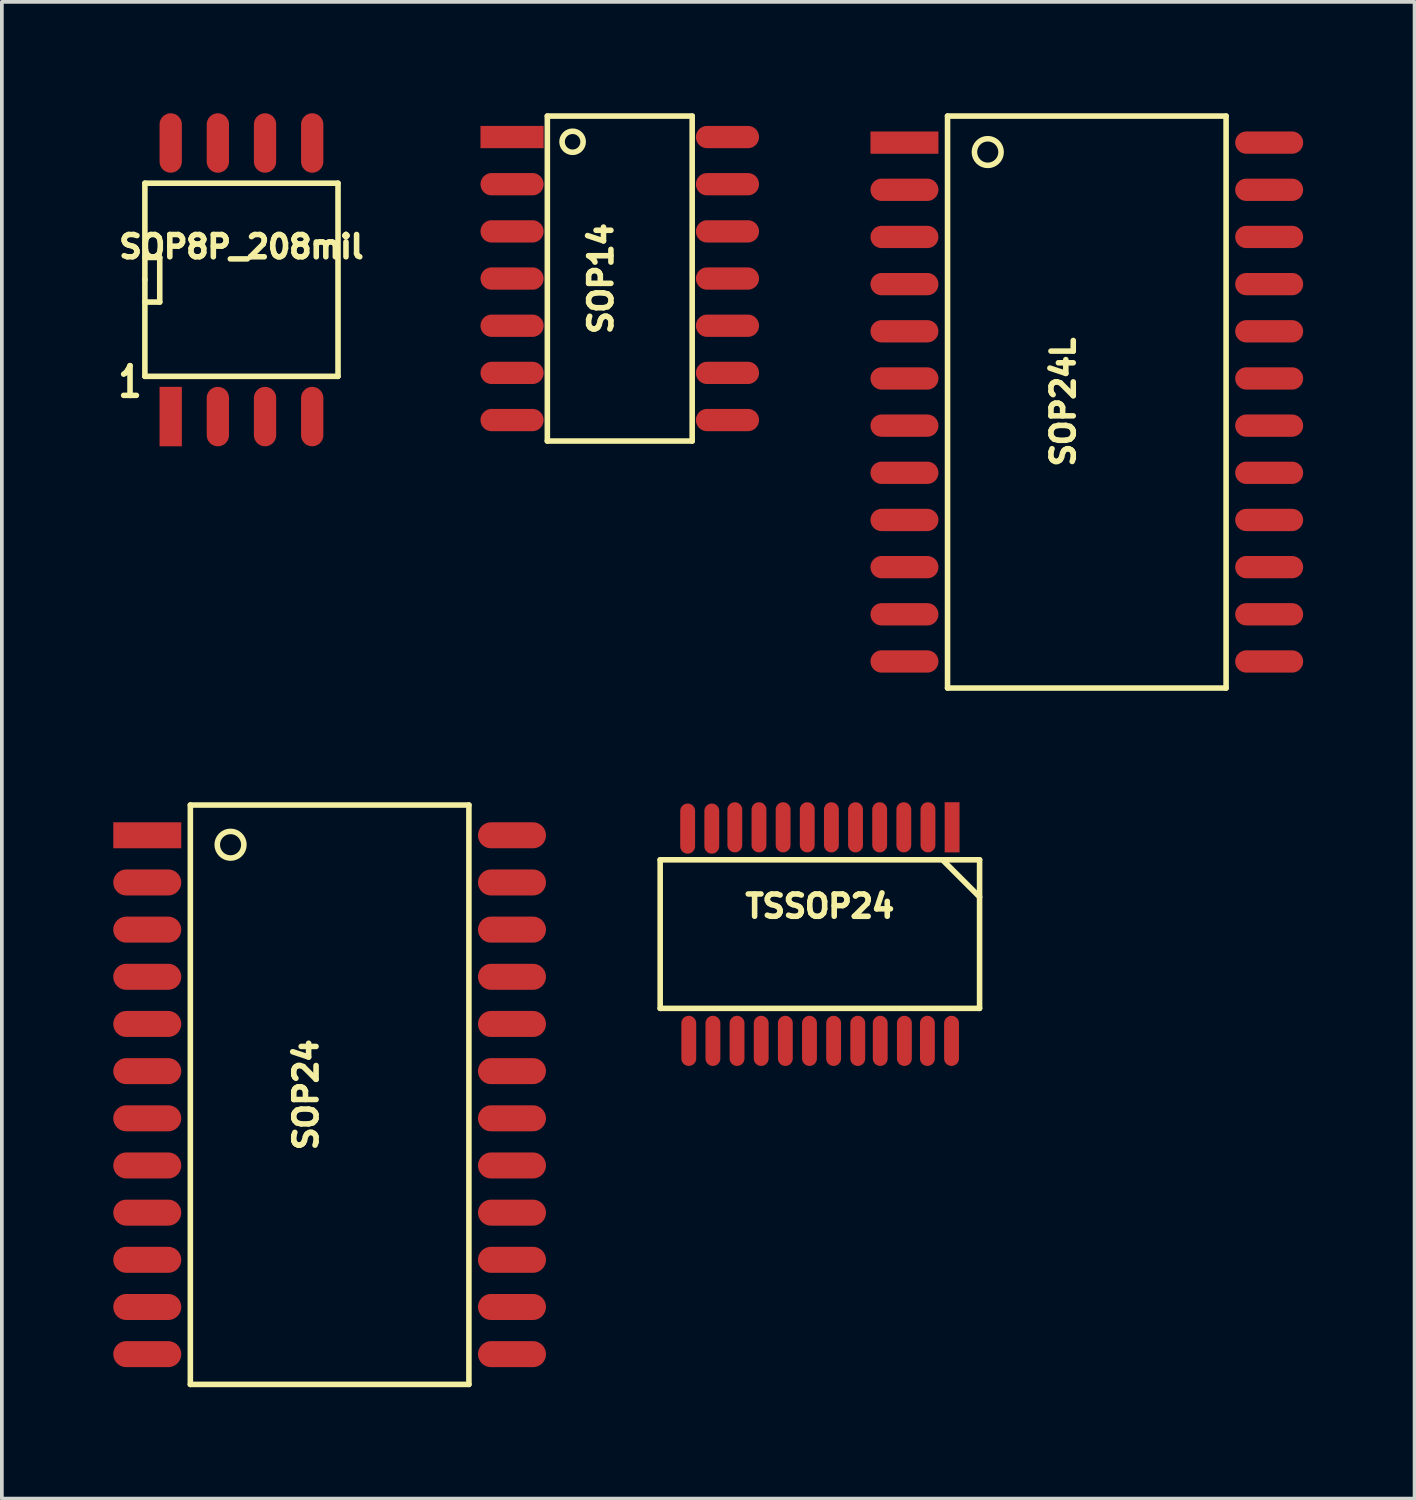
<source format=kicad_pcb>
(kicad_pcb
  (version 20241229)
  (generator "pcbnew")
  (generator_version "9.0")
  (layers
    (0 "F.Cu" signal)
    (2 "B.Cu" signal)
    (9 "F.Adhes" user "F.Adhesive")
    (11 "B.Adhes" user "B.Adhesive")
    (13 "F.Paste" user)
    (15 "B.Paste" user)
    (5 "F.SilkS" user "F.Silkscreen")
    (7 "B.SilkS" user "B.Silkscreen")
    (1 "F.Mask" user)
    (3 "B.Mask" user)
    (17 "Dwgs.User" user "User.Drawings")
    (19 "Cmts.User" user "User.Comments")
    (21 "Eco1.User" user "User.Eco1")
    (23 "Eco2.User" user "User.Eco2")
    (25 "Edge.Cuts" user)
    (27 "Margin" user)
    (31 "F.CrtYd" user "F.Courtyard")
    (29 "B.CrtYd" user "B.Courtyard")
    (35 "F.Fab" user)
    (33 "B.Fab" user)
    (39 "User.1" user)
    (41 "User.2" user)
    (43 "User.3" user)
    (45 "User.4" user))
  (footprint "SOP8P_208mil"
    (layer "F.Cu")
    (at 3.451 4.483)
    (property "Reference" "SOP8P_208mil" (at 0 -0.889 0) (layer "F.SilkS") (effects (font (size 0.6 0.6) (thickness 0.15))))
    (attr smd)
    (fp_line (start -2.6 -2.6) (end 2.6 -2.6) (stroke (width 0.15) (type solid)) (layer "F.SilkS"))
    (fp_line (start -2.6 0) (end -2.6 -2.6) (stroke (width 0.15) (type solid)) (layer "F.SilkS"))
    (fp_line (start -2.6 0.6) (end -2.2 0.6) (stroke (width 0.15) (type solid)) (layer "F.SilkS"))
    (fp_line (start -2.6 2.6) (end -2.6 0) (stroke (width 0.15) (type solid)) (layer "F.SilkS"))
    (fp_line (start -2.2 -0.6) (end -2.6 -0.6) (stroke (width 0.15) (type solid)) (layer "F.SilkS"))
    (fp_line (start -2.2 0.6) (end -2.2 -0.6) (stroke (width 0.15) (type solid)) (layer "F.SilkS"))
    (fp_line (start 2.6 -2.6) (end 2.6 2.6) (stroke (width 0.15) (type solid)) (layer "F.SilkS"))
    (fp_line (start 2.6 2.6) (end -2.6 2.6) (stroke (width 0.15) (type solid)) (layer "F.SilkS"))
    (fp_text user "1" (at -3 2.75 0) (layer "F.SilkS") (effects (font (size 0.8 0.6) (thickness 0.15))))
    (pad "1" smd rect (at -1.905 3.683) (size 0.6 1.6) (layers "F.Cu" "F.Mask" "F.Paste"))
    (pad "2" smd oval (at -0.635 3.683) (size 0.6 1.6) (layers "F.Cu" "F.Mask" "F.Paste"))
    (pad "3" smd oval (at 0.635 3.683) (size 0.6 1.6) (layers "F.Cu" "F.Mask" "F.Paste"))
    (pad "4" smd oval (at 1.905 3.683) (size 0.6 1.6) (layers "F.Cu" "F.Mask" "F.Paste"))
    (pad "5" smd oval (at 1.905 -3.683) (size 0.6 1.6) (layers "F.Cu" "F.Mask" "F.Paste"))
    (pad "6" smd oval (at 0.635 -3.683) (size 0.6 1.6) (layers "F.Cu" "F.Mask" "F.Paste"))
    (pad "7" smd oval (at -0.635 -3.683) (size 0.6 1.6) (layers "F.Cu" "F.Mask" "F.Paste"))
    (pad "8" smd oval (at -1.905 -3.683) (size 0.6 1.6) (layers "F.Cu" "F.Mask" "F.Paste")))
  (footprint "SOP24L"
    (layer "F.Cu")
    (at 26.212 7.775)
    (property "Reference" "SOP24L" (at -0.635 0 90) (layer "F.SilkS") (effects (font (size 0.6 0.6) (thickness 0.15))))
    (attr smd)
    (fp_line (start -3.75 -7.7) (end 3.75 -7.7) (stroke (width 0.15) (type solid)) (layer "F.SilkS"))
    (fp_line (start -3.75 7.7) (end -3.75 -7.7) (stroke (width 0.15) (type solid)) (layer "F.SilkS"))
    (fp_line (start 3.75 -7.7) (end 3.75 7.7) (stroke (width 0.15) (type solid)) (layer "F.SilkS"))
    (fp_line (start 3.75 7.7) (end -3.75 7.7) (stroke (width 0.15) (type solid)) (layer "F.SilkS"))
    (fp_circle (center -2.667 -6.731) (end -2.413 -6.985) (stroke (width 0.15) (type solid)) (fill no) (layer "F.SilkS"))
    (pad "1" smd rect (at -4.91 -6.985) (size 1.83 0.6) (layers "F.Cu" "F.Mask" "F.Paste"))
    (pad "2" smd oval (at -4.91 -5.715) (size 1.83 0.6) (layers "F.Cu" "F.Mask" "F.Paste"))
    (pad "3" smd oval (at -4.91 -4.445) (size 1.83 0.6) (layers "F.Cu" "F.Mask" "F.Paste"))
    (pad "4" smd oval (at -4.91 -3.175) (size 1.83 0.6) (layers "F.Cu" "F.Mask" "F.Paste"))
    (pad "5" smd oval (at -4.91 -1.905) (size 1.83 0.6) (layers "F.Cu" "F.Mask" "F.Paste"))
    (pad "6" smd oval (at -4.91 -0.635) (size 1.83 0.6) (layers "F.Cu" "F.Mask" "F.Paste"))
    (pad "7" smd oval (at -4.91 0.635) (size 1.83 0.6) (layers "F.Cu" "F.Mask" "F.Paste"))
    (pad "8" smd oval (at -4.91 1.905) (size 1.83 0.6) (layers "F.Cu" "F.Mask" "F.Paste"))
    (pad "9" smd oval (at -4.91 3.175) (size 1.83 0.6) (layers "F.Cu" "F.Mask" "F.Paste"))
    (pad "10" smd oval (at -4.91 4.445) (size 1.83 0.6) (layers "F.Cu" "F.Mask" "F.Paste"))
    (pad "11" smd oval (at -4.91 5.715) (size 1.83 0.6) (layers "F.Cu" "F.Mask" "F.Paste"))
    (pad "12" smd oval (at -4.91 6.985) (size 1.83 0.6) (layers "F.Cu" "F.Mask" "F.Paste"))
    (pad "13" smd oval (at 4.91 6.985) (size 1.83 0.6) (layers "F.Cu" "F.Mask" "F.Paste"))
    (pad "14" smd oval (at 4.91 5.715) (size 1.83 0.6) (layers "F.Cu" "F.Mask" "F.Paste"))
    (pad "15" smd oval (at 4.91 4.445) (size 1.83 0.6) (layers "F.Cu" "F.Mask" "F.Paste"))
    (pad "16" smd oval (at 4.91 3.175) (size 1.83 0.6) (layers "F.Cu" "F.Mask" "F.Paste"))
    (pad "17" smd oval (at 4.91 1.905) (size 1.83 0.6) (layers "F.Cu" "F.Mask" "F.Paste"))
    (pad "18" smd oval (at 4.91 0.635) (size 1.83 0.6) (layers "F.Cu" "F.Mask" "F.Paste"))
    (pad "19" smd oval (at 4.91 -0.635) (size 1.83 0.6) (layers "F.Cu" "F.Mask" "F.Paste"))
    (pad "20" smd oval (at 4.91 -1.905) (size 1.83 0.6) (layers "F.Cu" "F.Mask" "F.Paste"))
    (pad "21" smd oval (at 4.91 -3.175) (size 1.83 0.6) (layers "F.Cu" "F.Mask" "F.Paste"))
    (pad "22" smd oval (at 4.91 -4.445) (size 1.83 0.6) (layers "F.Cu" "F.Mask" "F.Paste"))
    (pad "23" smd oval (at 4.91 -5.715) (size 1.83 0.6) (layers "F.Cu" "F.Mask" "F.Paste"))
    (pad "24" smd oval (at 4.91 -6.985) (size 1.83 0.6) (layers "F.Cu" "F.Mask" "F.Paste")))
  (footprint "SOP24"
    (layer "F.Cu")
    (at 5.825 26.425)
    (property "Reference" "SOP24" (at -0.635 0 90) (layer "F.SilkS") (effects (font (size 0.6 0.6) (thickness 0.15))))
    (attr smd)
    (fp_line (start -3.75 -7.8) (end 3.75 -7.8) (stroke (width 0.15) (type solid)) (layer "F.SilkS"))
    (fp_line (start -3.75 7.8) (end -3.75 -7.8) (stroke (width 0.15) (type solid)) (layer "F.SilkS"))
    (fp_line (start 3.75 -7.8) (end 3.75 7.8) (stroke (width 0.15) (type solid)) (layer "F.SilkS"))
    (fp_line (start 3.75 7.8) (end -3.75 7.8) (stroke (width 0.15) (type solid)) (layer "F.SilkS"))
    (fp_circle (center -2.667 -6.731) (end -2.413 -6.985) (stroke (width 0.15) (type solid)) (fill no) (layer "F.SilkS"))
    (pad "1" smd rect (at -4.91 -6.985) (size 1.83 0.7) (layers "F.Cu" "F.Mask" "F.Paste"))
    (pad "2" smd oval (at -4.91 -5.715) (size 1.83 0.7) (layers "F.Cu" "F.Mask" "F.Paste"))
    (pad "3" smd oval (at -4.91 -4.445) (size 1.83 0.7) (layers "F.Cu" "F.Mask" "F.Paste"))
    (pad "4" smd oval (at -4.91 -3.175) (size 1.83 0.7) (layers "F.Cu" "F.Mask" "F.Paste"))
    (pad "5" smd oval (at -4.91 -1.905) (size 1.83 0.7) (layers "F.Cu" "F.Mask" "F.Paste"))
    (pad "6" smd oval (at -4.91 -0.635) (size 1.83 0.7) (layers "F.Cu" "F.Mask" "F.Paste"))
    (pad "7" smd oval (at -4.91 0.635) (size 1.83 0.7) (layers "F.Cu" "F.Mask" "F.Paste"))
    (pad "8" smd oval (at -4.91 1.905) (size 1.83 0.7) (layers "F.Cu" "F.Mask" "F.Paste"))
    (pad "9" smd oval (at -4.91 3.175) (size 1.83 0.7) (layers "F.Cu" "F.Mask" "F.Paste"))
    (pad "10" smd oval (at -4.91 4.445) (size 1.83 0.7) (layers "F.Cu" "F.Mask" "F.Paste"))
    (pad "11" smd oval (at -4.91 5.715) (size 1.83 0.7) (layers "F.Cu" "F.Mask" "F.Paste"))
    (pad "12" smd oval (at -4.91 6.985) (size 1.83 0.7) (layers "F.Cu" "F.Mask" "F.Paste"))
    (pad "13" smd oval (at 4.91 6.985) (size 1.83 0.7) (layers "F.Cu" "F.Mask" "F.Paste"))
    (pad "14" smd oval (at 4.91 5.715) (size 1.83 0.7) (layers "F.Cu" "F.Mask" "F.Paste"))
    (pad "15" smd oval (at 4.91 4.445) (size 1.83 0.7) (layers "F.Cu" "F.Mask" "F.Paste"))
    (pad "16" smd oval (at 4.91 3.175) (size 1.83 0.7) (layers "F.Cu" "F.Mask" "F.Paste"))
    (pad "17" smd oval (at 4.91 1.905) (size 1.83 0.7) (layers "F.Cu" "F.Mask" "F.Paste"))
    (pad "18" smd oval (at 4.91 0.635) (size 1.83 0.7) (layers "F.Cu" "F.Mask" "F.Paste"))
    (pad "19" smd oval (at 4.91 -0.635) (size 1.83 0.7) (layers "F.Cu" "F.Mask" "F.Paste"))
    (pad "20" smd oval (at 4.91 -1.905) (size 1.83 0.7) (layers "F.Cu" "F.Mask" "F.Paste"))
    (pad "21" smd oval (at 4.91 -3.175) (size 1.83 0.7) (layers "F.Cu" "F.Mask" "F.Paste"))
    (pad "22" smd oval (at 4.91 -4.445) (size 1.83 0.7) (layers "F.Cu" "F.Mask" "F.Paste"))
    (pad "23" smd oval (at 4.91 -5.715) (size 1.83 0.7) (layers "F.Cu" "F.Mask" "F.Paste"))
    (pad "24" smd oval (at 4.91 -6.985) (size 1.83 0.7) (layers "F.Cu" "F.Mask" "F.Paste")))
  (footprint "SOP14"
    (layer "F.Cu")
    (at 13.637 4.45)
    (property "Reference" "SOP14" (at -0.508 0 90) (layer "F.SilkS") (effects (font (size 0.6 0.6) (thickness 0.15))))
    (attr smd)
    (fp_line (start -1.95 -4.375) (end 1.95 -4.375) (stroke (width 0.15) (type solid)) (layer "F.SilkS"))
    (fp_line (start -1.95 4.375) (end -1.95 -4.375) (stroke (width 0.15) (type solid)) (layer "F.SilkS"))
    (fp_line (start 1.95 -4.375) (end 1.95 4.375) (stroke (width 0.15) (type solid)) (layer "F.SilkS"))
    (fp_line (start 1.95 4.375) (end -1.95 4.375) (stroke (width 0.15) (type solid)) (layer "F.SilkS"))
    (fp_circle (center -1.27 -3.683) (end -1.524 -3.556) (stroke (width 0.15) (type solid)) (fill no) (layer "F.SilkS"))
    (pad "1" smd rect (at -2.9 -3.81) (size 1.7 0.6) (layers "F.Cu" "F.Mask" "F.Paste"))
    (pad "2" smd oval (at -2.9 -2.54) (size 1.7 0.6) (layers "F.Cu" "F.Mask" "F.Paste"))
    (pad "3" smd oval (at -2.9 -1.27) (size 1.7 0.6) (layers "F.Cu" "F.Mask" "F.Paste"))
    (pad "4" smd oval (at -2.9 0) (size 1.7 0.6) (layers "F.Cu" "F.Mask" "F.Paste"))
    (pad "5" smd oval (at -2.9 1.27) (size 1.7 0.6) (layers "F.Cu" "F.Mask" "F.Paste"))
    (pad "6" smd oval (at -2.9 2.54) (size 1.7 0.6) (layers "F.Cu" "F.Mask" "F.Paste"))
    (pad "7" smd oval (at -2.9 3.81) (size 1.7 0.6) (layers "F.Cu" "F.Mask" "F.Paste"))
    (pad "8" smd oval (at 2.9 3.81) (size 1.7 0.6) (layers "F.Cu" "F.Mask" "F.Paste"))
    (pad "9" smd oval (at 2.9 2.54) (size 1.7 0.6) (layers "F.Cu" "F.Mask" "F.Paste"))
    (pad "10" smd oval (at 2.9 1.27) (size 1.7 0.6) (layers "F.Cu" "F.Mask" "F.Paste"))
    (pad "11" smd oval (at 2.9 0) (size 1.7 0.6) (layers "F.Cu" "F.Mask" "F.Paste"))
    (pad "12" smd oval (at 2.9 -1.27) (size 1.7 0.6) (layers "F.Cu" "F.Mask" "F.Paste"))
    (pad "13" smd oval (at 2.9 -2.54) (size 1.7 0.6) (layers "F.Cu" "F.Mask" "F.Paste"))
    (pad "14" smd oval (at 2.9 -3.81) (size 1.7 0.6) (layers "F.Cu" "F.Mask" "F.Paste")))
  (footprint "TSSOP24"
    (layer "F.Cu")
    (at 19.025 22.1)
    (property "Reference" "TSSOP24" (at 0 -0.75 0) (layer "F.SilkS") (effects (font (size 0.6 0.6) (thickness 0.15))))
    (attr smd)
    (fp_line (start -4.3 -2) (end 4.3 -2) (stroke (width 0.15) (type solid)) (layer "F.SilkS"))
    (fp_line (start -4.3 2) (end -4.3 -2) (stroke (width 0.15) (type solid)) (layer "F.SilkS"))
    (fp_line (start 4.3 -2) (end 4.3 2) (stroke (width 0.15) (type solid)) (layer "F.SilkS"))
    (fp_line (start 4.3 -1) (end 3.3 -2) (stroke (width 0.15) (type solid)) (layer "F.SilkS"))
    (fp_line (start 4.3 2) (end -4.3 2) (stroke (width 0.15) (type solid)) (layer "F.SilkS"))
    (pad "1" smd rect (at 3.56 -2.875 270) (size 1.35 0.4) (layers "F.Cu" "F.Mask" "F.Paste"))
    (pad "2" smd oval (at 2.91 -2.875 270) (size 1.35 0.4) (layers "F.Cu" "F.Mask" "F.Paste"))
    (pad "3" smd oval (at 2.26 -2.875 270) (size 1.35 0.4) (layers "F.Cu" "F.Mask" "F.Paste"))
    (pad "4" smd oval (at 1.61 -2.875 270) (size 1.35 0.4) (layers "F.Cu" "F.Mask" "F.Paste"))
    (pad "5" smd oval (at 0.96 -2.875 270) (size 1.35 0.4) (layers "F.Cu" "F.Mask" "F.Paste"))
    (pad "6" smd oval (at 0.31 -2.875 270) (size 1.35 0.4) (layers "F.Cu" "F.Mask" "F.Paste"))
    (pad "7" smd oval (at -0.34 -2.875 270) (size 1.35 0.4) (layers "F.Cu" "F.Mask" "F.Paste"))
    (pad "8" smd oval (at -0.99 -2.875 270) (size 1.35 0.4) (layers "F.Cu" "F.Mask" "F.Paste"))
    (pad "9" smd oval (at -1.64 -2.875 270) (size 1.35 0.4) (layers "F.Cu" "F.Mask" "F.Paste"))
    (pad "10" smd oval (at -2.29 -2.875 270) (size 1.35 0.4) (layers "F.Cu" "F.Mask" "F.Paste"))
    (pad "11" smd oval (at -2.91 -2.84 270) (size 1.35 0.4) (layers "F.Cu" "F.Mask" "F.Paste"))
    (pad "12" smd oval (at -3.56 -2.84 270) (size 1.35 0.4) (layers "F.Cu" "F.Mask" "F.Paste"))
    (pad "13" smd oval (at -3.53 2.875 270) (size 1.35 0.4) (layers "F.Cu" "F.Mask" "F.Paste"))
    (pad "14" smd oval (at -2.88 2.875 270) (size 1.35 0.4) (layers "F.Cu" "F.Mask" "F.Paste"))
    (pad "15" smd oval (at -2.23 2.875 270) (size 1.35 0.4) (layers "F.Cu" "F.Mask" "F.Paste"))
    (pad "16" smd oval (at -1.58 2.875 270) (size 1.35 0.4) (layers "F.Cu" "F.Mask" "F.Paste"))
    (pad "17" smd oval (at -0.93 2.875 270) (size 1.35 0.4) (layers "F.Cu" "F.Mask" "F.Paste"))
    (pad "18" smd oval (at -0.28 2.875 270) (size 1.35 0.4) (layers "F.Cu" "F.Mask" "F.Paste"))
    (pad "19" smd oval (at 0.37 2.875 270) (size 1.35 0.4) (layers "F.Cu" "F.Mask" "F.Paste"))
    (pad "20" smd oval (at 1.02 2.875 270) (size 1.35 0.4) (layers "F.Cu" "F.Mask" "F.Paste"))
    (pad "21" smd oval (at 1.625 2.875 270) (size 1.35 0.4) (layers "F.Cu" "F.Mask" "F.Paste"))
    (pad "22" smd oval (at 2.275 2.875 270) (size 1.35 0.4) (layers "F.Cu" "F.Mask" "F.Paste"))
    (pad "23" smd oval (at 2.895 2.875 270) (size 1.35 0.4) (layers "F.Cu" "F.Mask" "F.Paste"))
    (pad "24" smd oval (at 3.545 2.875 270) (size 1.35 0.4) (layers "F.Cu" "F.Mask" "F.Paste")))
  (gr_rect
    (start -3 -3)
    (end 35.037 37.3)
    (stroke (width 0.1) (type default))
    (fill no)
    (layer "Edge.Cuts")))
</source>
